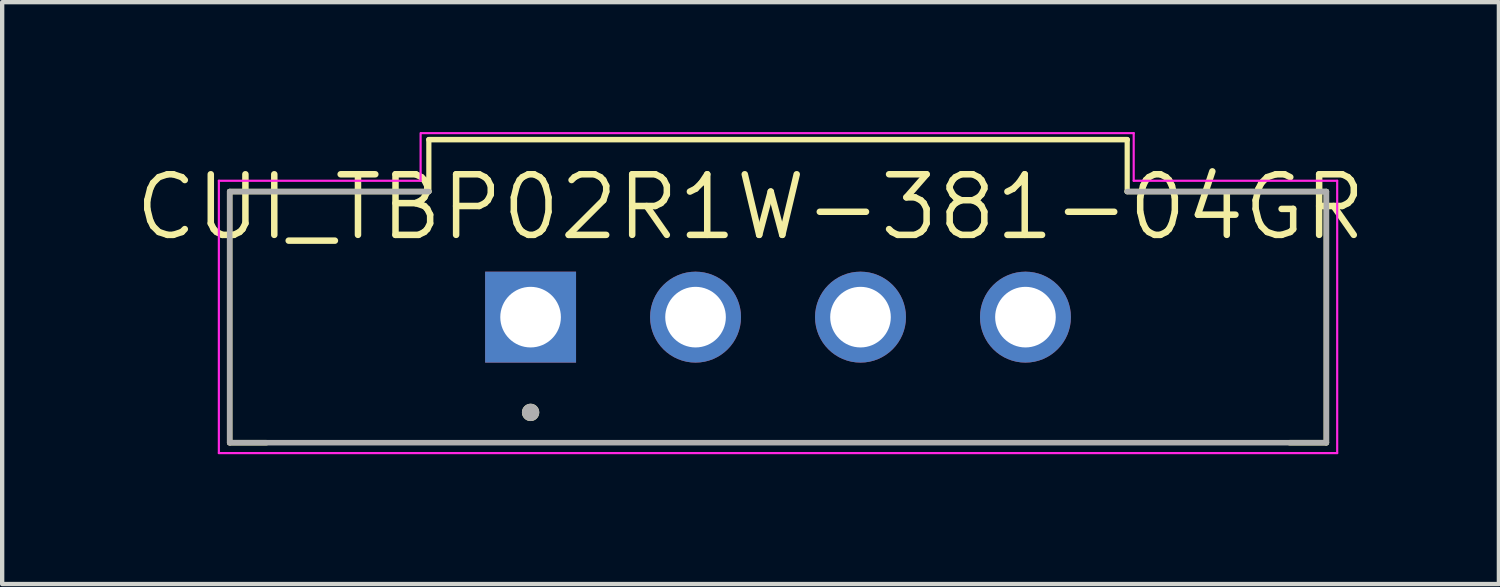
<source format=kicad_pcb>
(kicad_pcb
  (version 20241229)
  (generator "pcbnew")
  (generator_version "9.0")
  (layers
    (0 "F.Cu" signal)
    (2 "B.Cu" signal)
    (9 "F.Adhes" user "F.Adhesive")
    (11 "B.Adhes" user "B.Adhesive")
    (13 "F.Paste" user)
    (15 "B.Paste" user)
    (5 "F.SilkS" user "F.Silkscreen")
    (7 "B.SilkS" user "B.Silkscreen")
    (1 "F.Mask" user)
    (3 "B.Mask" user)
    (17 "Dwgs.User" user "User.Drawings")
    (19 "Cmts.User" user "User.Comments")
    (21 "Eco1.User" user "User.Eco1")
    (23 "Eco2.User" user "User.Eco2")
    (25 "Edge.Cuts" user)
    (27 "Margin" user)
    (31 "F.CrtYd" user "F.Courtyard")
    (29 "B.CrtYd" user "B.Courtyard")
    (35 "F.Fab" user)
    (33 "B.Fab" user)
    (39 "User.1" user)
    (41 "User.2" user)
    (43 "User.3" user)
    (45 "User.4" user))
  (footprint "CUI_TBP02R1W-381-04GR"
    (layer "F.Cu")
    (at 9.205 4.275)
    (property "Reference" "CUI_TBP02R1W-381-04GR" (at 5.08 -2.54 0) (layer "F.SilkS") (effects (font (size 1.4 1.4) (thickness 0.15))))
    (attr through_hole)
    (fp_line (start -6.95 -2.9) (end -2.35 -2.9) (stroke (width 0.127) (type solid)) (layer "F.SilkS"))
    (fp_line (start -6.95 2.9) (end -6.95 -2.9) (stroke (width 0.127) (type solid)) (layer "F.SilkS"))
    (fp_line (start -6.95 2.9) (end -6.1 2.9) (stroke (width 0.127) (type solid)) (layer "F.SilkS"))
    (fp_line (start -2.35 -4.1) (end -2.35 -2.9) (stroke (width 0.12) (type solid)) (layer "F.SilkS"))
    (fp_line (start -2.35 -4.1) (end 13.78 -4.1) (stroke (width 0.127) (type solid)) (layer "F.SilkS"))
    (fp_line (start 13.78 -4.1) (end 13.78 -2.9) (stroke (width 0.12) (type solid)) (layer "F.SilkS"))
    (fp_line (start 13.78 -2.9) (end 18.38 -2.9) (stroke (width 0.127) (type solid)) (layer "F.SilkS"))
    (fp_line (start 18.38 -2.9) (end 18.38 2.9) (stroke (width 0.127) (type solid)) (layer "F.SilkS"))
    (fp_line (start 18.38 2.9) (end 17.53 2.9) (stroke (width 0.127) (type solid)) (layer "F.SilkS"))
    (fp_circle (center 0 2.2) (end 0.1 2.2) (stroke (width 0.2) (type solid)) (fill no) (layer "F.SilkS"))
    (fp_line (start -7.2 -3.15) (end -2.54 -3.15) (stroke (width 0.05) (type solid)) (layer "F.CrtYd"))
    (fp_line (start -7.2 3.14) (end -7.2 -3.15) (stroke (width 0.05) (type solid)) (layer "F.CrtYd"))
    (fp_line (start -2.54 -4.25) (end -2.54 -3.15) (stroke (width 0.05) (type solid)) (layer "F.CrtYd"))
    (fp_line (start -2.53 -4.25) (end 13.93 -4.25) (stroke (width 0.05) (type solid)) (layer "F.CrtYd"))
    (fp_line (start 13.93 -4.25) (end 13.93 -3.15) (stroke (width 0.05) (type solid)) (layer "F.CrtYd"))
    (fp_line (start 13.93 -3.15) (end 18.63 -3.15) (stroke (width 0.05) (type solid)) (layer "F.CrtYd"))
    (fp_line (start 18.63 -3.15) (end 18.63 3.14) (stroke (width 0.05) (type solid)) (layer "F.CrtYd"))
    (fp_line (start 18.63 3.14) (end -7.2 3.14) (stroke (width 0.05) (type solid)) (layer "F.CrtYd"))
    (fp_line (start -6.95 -2.9) (end -2.35 -2.9) (stroke (width 0.127) (type solid)) (layer "F.Fab"))
    (fp_line (start -6.95 2.9) (end -6.95 -2.9) (stroke (width 0.127) (type solid)) (layer "F.Fab"))
    (fp_line (start 13.78 -2.9) (end 18.38 -2.9) (stroke (width 0.127) (type solid)) (layer "F.Fab"))
    (fp_line (start 18.38 -2.9) (end 18.38 2.9) (stroke (width 0.127) (type solid)) (layer "F.Fab"))
    (fp_line (start 18.38 2.9) (end -6.95 2.9) (stroke (width 0.127) (type solid)) (layer "F.Fab"))
    (fp_circle (center 0 2.2) (end 0.1 2.2) (stroke (width 0.2) (type solid)) (fill no) (layer "F.Fab"))
    (pad "1" thru_hole rect (at 0 0) (size 2.1 2.1) (drill 1.4) (layers "*.Cu" "*.Mask"))
    (pad "2" thru_hole circle (at 3.81 0) (size 2.1 2.1) (drill 1.4) (layers "*.Cu" "*.Mask"))
    (pad "3" thru_hole circle (at 7.62 0) (size 2.1 2.1) (drill 1.4) (layers "*.Cu" "*.Mask"))
    (pad "4" thru_hole circle (at 11.43 0) (size 2.1 2.1) (drill 1.4) (layers "*.Cu" "*.Mask")))
  (gr_rect
    (start -3 -3)
    (end 31.57 10.44)
    (stroke (width 0.1) (type default))
    (fill no)
    (layer "Edge.Cuts")))
</source>
